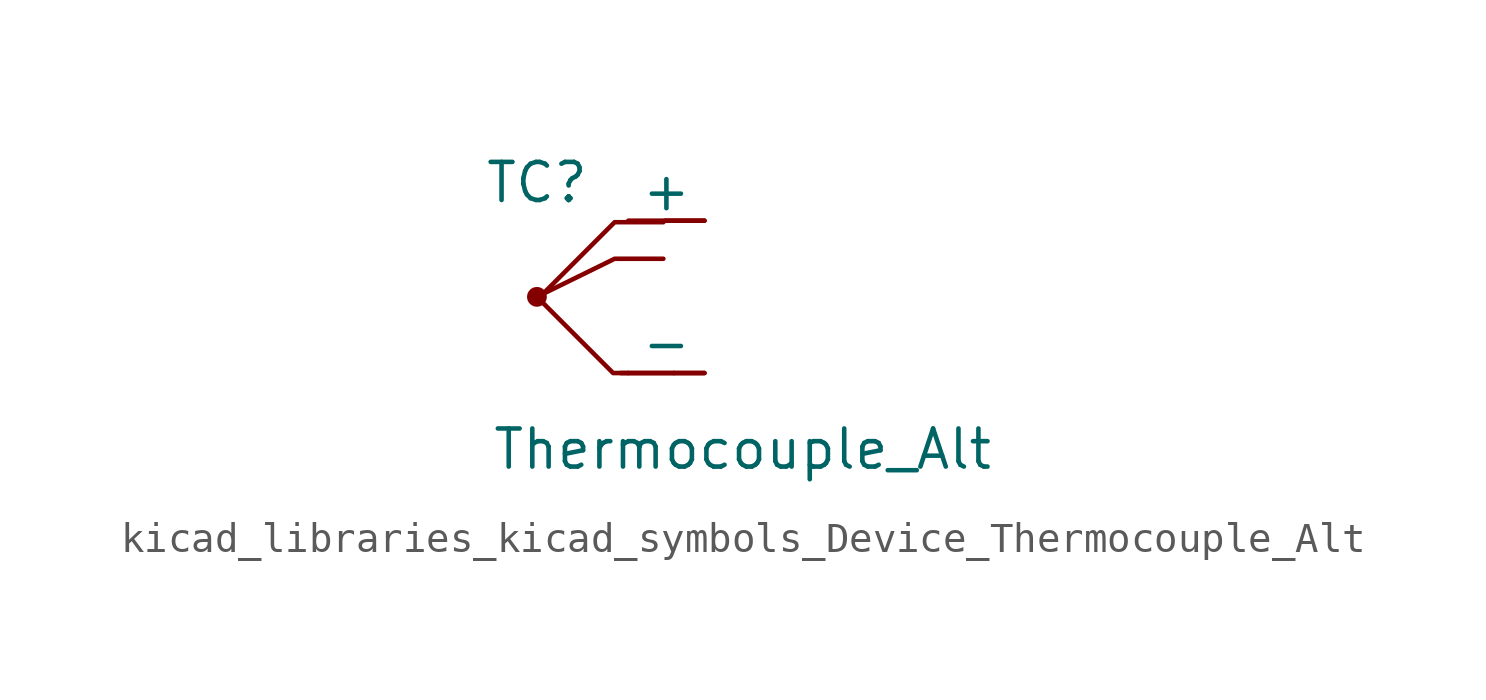
<source format=kicad_sym>
(kicad_symbol_lib
  (version 20220914)
  (generator kicad_symbol_editor)
  (symbol "kicad_libraries_kicad_symbols_Device_Thermocouple_Alt"
    (pin_numbers hide)
    (pin_names
      (offset 0))
    (property "Reference" "TC"
      (at -3.048 3.81 0)
      (effects (font (size 1.27 1.27))))
    (property "Value" "Thermocouple_Alt"
      (at -4.572 -5.08 0)
      (effects (font (size 1.27 1.27)) (justify left)))
    (symbol "kicad_libraries_kicad_symbols_Device_Thermocouple_Alt_0_1"
      (circle (center -3.048 0) (radius 0.254) (stroke (width 0) (type default)) (fill (type outline)))
      (polyline (pts (xy 0 -2.54) (xy -0.254 -2.54)) (stroke (width 0) (type default)) (fill (type none)))
      (polyline (pts (xy 1.219 2.54) (xy 2.54 2.54)) (stroke (width 0) (type default)) (fill (type none)))
      (polyline (pts (xy 1.524 -2.54) (xy 2.54 -2.54)) (stroke (width 0) (type default)) (fill (type none)))
      (polyline (pts (xy 1.168 1.27) (xy -0.457 1.27) (xy -3.048 0)) (stroke (width 0) (type default)) (fill (type none)))
      (polyline (pts (xy 1.168 2.489) (xy -0.457 2.489) (xy -2.997 -0.051)) (stroke (width 0) (type default)) (fill (type none)))
      (polyline (pts (xy 1.524 -2.54) (xy -0.508 -2.54) (xy -3.048 0)) (stroke (width 0) (type default)) (fill (type none))))
    (symbol "kicad_libraries_kicad_symbols_Device_Thermocouple_Alt_1_1"
      (pin passive line (at 2.54 2.54 180) (length 2.54) (name "+" (effects (font (size 1.27 1.27)))) (number "1" (effects (font (size 1.27 1.27)))))
      (pin passive line (at 2.54 -2.54 180) (length 2.54) (name "-" (effects (font (size 1.27 1.27)))) (number "2" (effects (font (size 1.27 1.27))))))))
</source>
